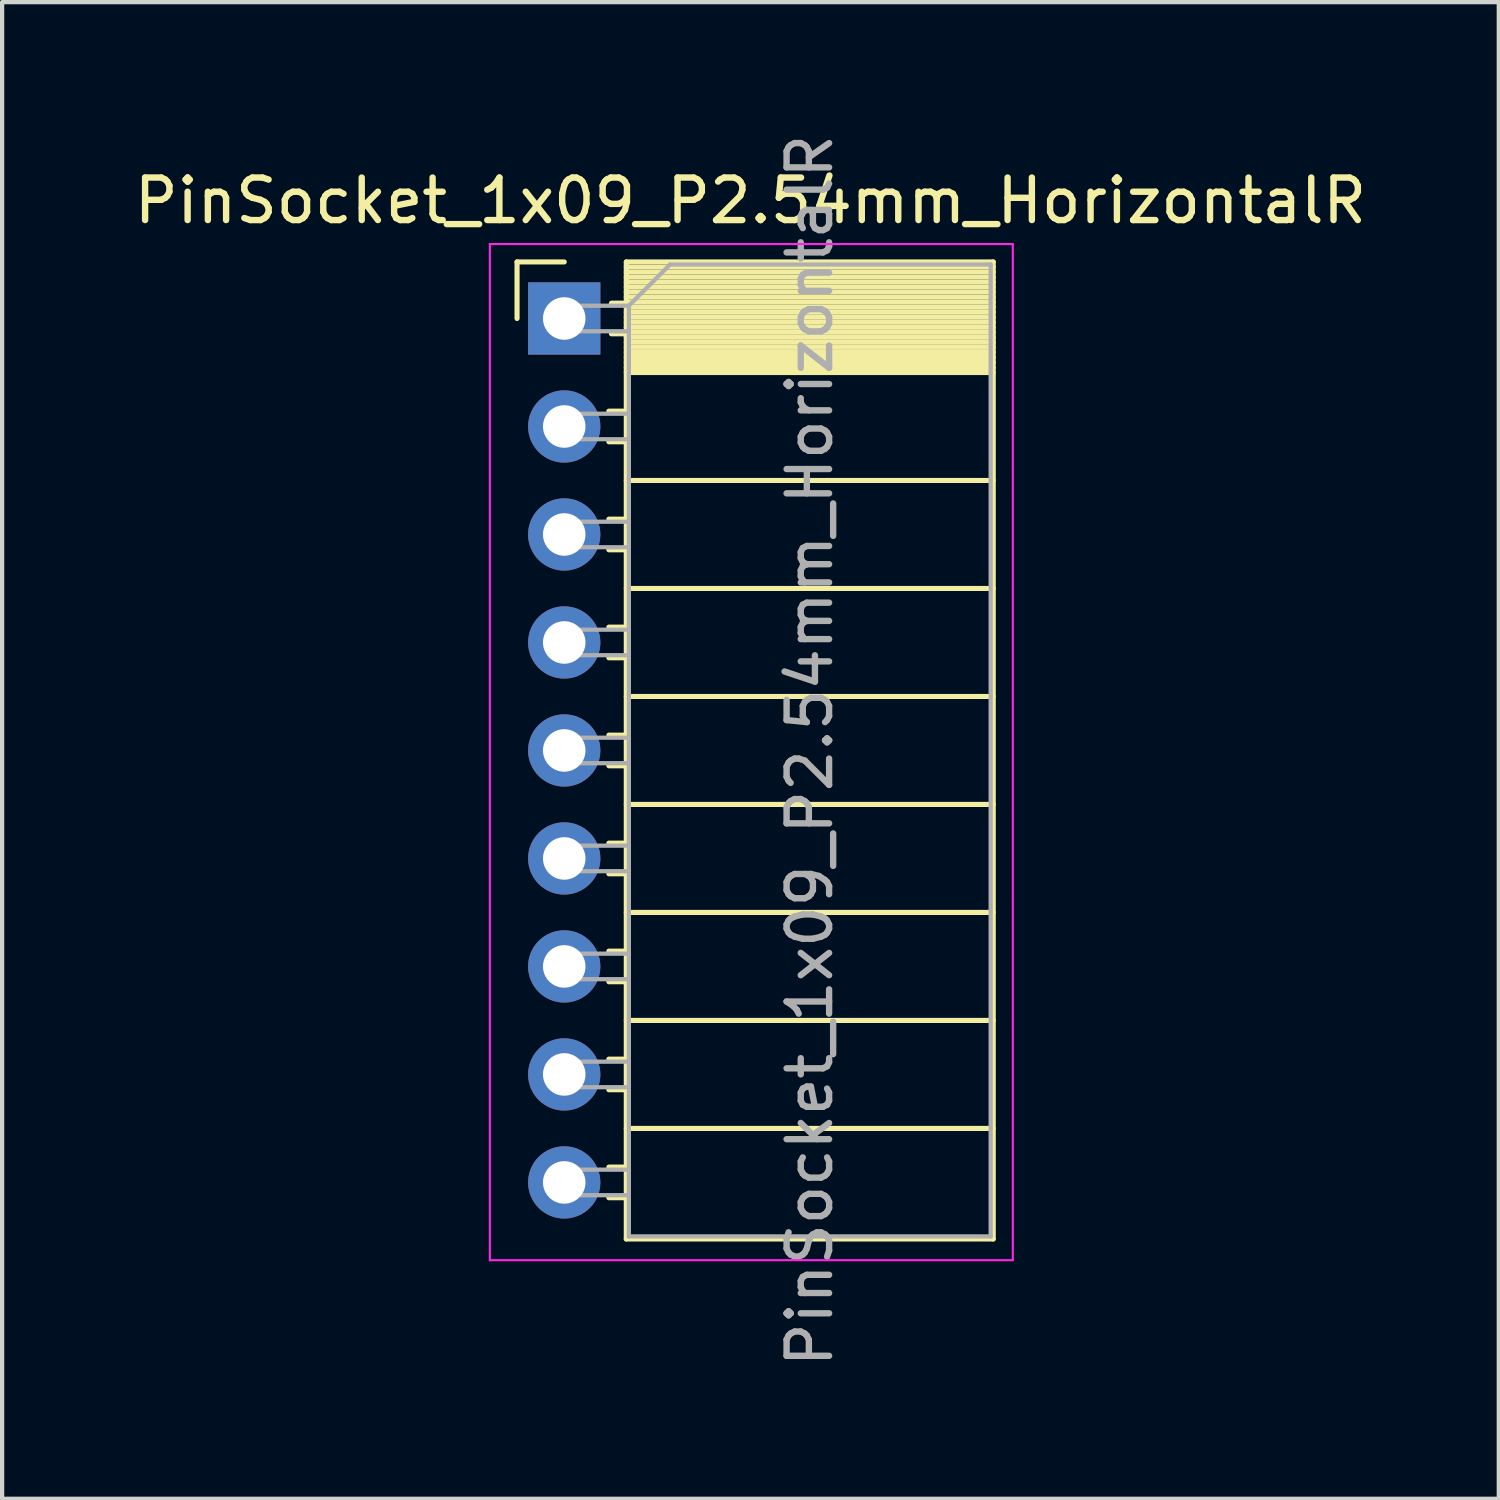
<source format=kicad_pcb>
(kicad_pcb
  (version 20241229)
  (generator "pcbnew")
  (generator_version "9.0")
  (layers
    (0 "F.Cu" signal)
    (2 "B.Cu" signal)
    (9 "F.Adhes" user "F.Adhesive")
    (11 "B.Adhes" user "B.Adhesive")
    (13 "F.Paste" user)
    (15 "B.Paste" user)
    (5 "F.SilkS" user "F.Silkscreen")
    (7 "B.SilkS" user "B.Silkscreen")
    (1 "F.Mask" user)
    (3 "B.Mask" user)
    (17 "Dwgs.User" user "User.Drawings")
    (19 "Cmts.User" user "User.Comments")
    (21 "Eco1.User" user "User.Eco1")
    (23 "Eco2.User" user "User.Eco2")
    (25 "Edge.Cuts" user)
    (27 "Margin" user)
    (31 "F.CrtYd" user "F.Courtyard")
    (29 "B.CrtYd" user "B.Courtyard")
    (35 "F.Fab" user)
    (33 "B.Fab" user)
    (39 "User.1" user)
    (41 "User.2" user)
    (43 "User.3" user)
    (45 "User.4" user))
  (footprint "PinSocket_1x09_P2.54mm_HorizontalR"
    (layer "F.Cu")
    (at 20.381 4.441)
    (property "Reference" "PinSocket_1x09_P2.54mm_HorizontalR" (at -5.78 -2.77 0) (layer "F.SilkS") (effects (font (size 1 1) (thickness 0.15))))
    (attr through_hole)
    (fp_line (start -11.27 -1.33) (end -11.27 0) (stroke (width 0.12) (type solid)) (layer "F.SilkS"))
    (fp_line (start -10.16 -1.33) (end -11.27 -1.33) (stroke (width 0.12) (type solid)) (layer "F.SilkS"))
    (fp_line (start -8.7 -1.33) (end -8.7 21.65) (stroke (width 0.12) (type solid)) (layer "F.SilkS"))
    (fp_line (start -8.7 -0.36) (end -9.05 -0.36) (stroke (width 0.12) (type solid)) (layer "F.SilkS"))
    (fp_line (start -8.7 0.36) (end -9.05 0.36) (stroke (width 0.12) (type solid)) (layer "F.SilkS"))
    (fp_line (start -8.7 2.18) (end -9.11 2.18) (stroke (width 0.12) (type solid)) (layer "F.SilkS"))
    (fp_line (start -8.7 2.9) (end -9.11 2.9) (stroke (width 0.12) (type solid)) (layer "F.SilkS"))
    (fp_line (start -8.7 4.72) (end -9.11 4.72) (stroke (width 0.12) (type solid)) (layer "F.SilkS"))
    (fp_line (start -8.7 5.44) (end -9.11 5.44) (stroke (width 0.12) (type solid)) (layer "F.SilkS"))
    (fp_line (start -8.7 7.26) (end -9.11 7.26) (stroke (width 0.12) (type solid)) (layer "F.SilkS"))
    (fp_line (start -8.7 7.98) (end -9.11 7.98) (stroke (width 0.12) (type solid)) (layer "F.SilkS"))
    (fp_line (start -8.7 9.8) (end -9.11 9.8) (stroke (width 0.12) (type solid)) (layer "F.SilkS"))
    (fp_line (start -8.7 10.52) (end -9.11 10.52) (stroke (width 0.12) (type solid)) (layer "F.SilkS"))
    (fp_line (start -8.7 12.34) (end -9.11 12.34) (stroke (width 0.12) (type solid)) (layer "F.SilkS"))
    (fp_line (start -8.7 13.06) (end -9.11 13.06) (stroke (width 0.12) (type solid)) (layer "F.SilkS"))
    (fp_line (start -8.7 14.88) (end -9.11 14.88) (stroke (width 0.12) (type solid)) (layer "F.SilkS"))
    (fp_line (start -8.7 15.6) (end -9.11 15.6) (stroke (width 0.12) (type solid)) (layer "F.SilkS"))
    (fp_line (start -8.7 17.42) (end -9.11 17.42) (stroke (width 0.12) (type solid)) (layer "F.SilkS"))
    (fp_line (start -8.7 18.14) (end -9.11 18.14) (stroke (width 0.12) (type solid)) (layer "F.SilkS"))
    (fp_line (start -8.7 19.96) (end -9.11 19.96) (stroke (width 0.12) (type solid)) (layer "F.SilkS"))
    (fp_line (start -8.7 20.68) (end -9.11 20.68) (stroke (width 0.12) (type solid)) (layer "F.SilkS"))
    (fp_line (start -0.07 -1.33) (end -8.7 -1.33) (stroke (width 0.12) (type solid)) (layer "F.SilkS"))
    (fp_line (start -0.07 -1.33) (end -0.07 21.65) (stroke (width 0.12) (type solid)) (layer "F.SilkS"))
    (fp_line (start -0.07 -1.21) (end -8.7 -1.21) (stroke (width 0.12) (type solid)) (layer "F.SilkS"))
    (fp_line (start -0.07 -1.092) (end -8.7 -1.092) (stroke (width 0.12) (type solid)) (layer "F.SilkS"))
    (fp_line (start -0.07 -0.974) (end -8.7 -0.974) (stroke (width 0.12) (type solid)) (layer "F.SilkS"))
    (fp_line (start -0.07 -0.856) (end -8.7 -0.856) (stroke (width 0.12) (type solid)) (layer "F.SilkS"))
    (fp_line (start -0.07 -0.738) (end -8.7 -0.738) (stroke (width 0.12) (type solid)) (layer "F.SilkS"))
    (fp_line (start -0.07 -0.62) (end -8.7 -0.62) (stroke (width 0.12) (type solid)) (layer "F.SilkS"))
    (fp_line (start -0.07 -0.501) (end -8.7 -0.501) (stroke (width 0.12) (type solid)) (layer "F.SilkS"))
    (fp_line (start -0.07 -0.383) (end -8.7 -0.383) (stroke (width 0.12) (type solid)) (layer "F.SilkS"))
    (fp_line (start -0.07 -0.265) (end -8.7 -0.265) (stroke (width 0.12) (type solid)) (layer "F.SilkS"))
    (fp_line (start -0.07 -0.147) (end -8.7 -0.147) (stroke (width 0.12) (type solid)) (layer "F.SilkS"))
    (fp_line (start -0.07 -0.029) (end -8.7 -0.029) (stroke (width 0.12) (type solid)) (layer "F.SilkS"))
    (fp_line (start -0.07 0.089) (end -8.7 0.089) (stroke (width 0.12) (type solid)) (layer "F.SilkS"))
    (fp_line (start -0.07 0.207) (end -8.7 0.207) (stroke (width 0.12) (type solid)) (layer "F.SilkS"))
    (fp_line (start -0.07 0.325) (end -8.7 0.325) (stroke (width 0.12) (type solid)) (layer "F.SilkS"))
    (fp_line (start -0.07 0.443) (end -8.7 0.443) (stroke (width 0.12) (type solid)) (layer "F.SilkS"))
    (fp_line (start -0.07 0.561) (end -8.7 0.561) (stroke (width 0.12) (type solid)) (layer "F.SilkS"))
    (fp_line (start -0.07 0.68) (end -8.7 0.68) (stroke (width 0.12) (type solid)) (layer "F.SilkS"))
    (fp_line (start -0.07 0.798) (end -8.7 0.798) (stroke (width 0.12) (type solid)) (layer "F.SilkS"))
    (fp_line (start -0.07 0.916) (end -8.7 0.916) (stroke (width 0.12) (type solid)) (layer "F.SilkS"))
    (fp_line (start -0.07 1.034) (end -8.7 1.034) (stroke (width 0.12) (type solid)) (layer "F.SilkS"))
    (fp_line (start -0.07 1.152) (end -8.7 1.152) (stroke (width 0.12) (type solid)) (layer "F.SilkS"))
    (fp_line (start -0.07 1.27) (end -8.7 1.27) (stroke (width 0.12) (type solid)) (layer "F.SilkS"))
    (fp_line (start -0.07 3.81) (end -8.7 3.81) (stroke (width 0.12) (type solid)) (layer "F.SilkS"))
    (fp_line (start -0.07 6.35) (end -8.7 6.35) (stroke (width 0.12) (type solid)) (layer "F.SilkS"))
    (fp_line (start -0.07 8.89) (end -8.7 8.89) (stroke (width 0.12) (type solid)) (layer "F.SilkS"))
    (fp_line (start -0.07 11.43) (end -8.7 11.43) (stroke (width 0.12) (type solid)) (layer "F.SilkS"))
    (fp_line (start -0.07 13.97) (end -8.7 13.97) (stroke (width 0.12) (type solid)) (layer "F.SilkS"))
    (fp_line (start -0.07 16.51) (end -8.7 16.51) (stroke (width 0.12) (type solid)) (layer "F.SilkS"))
    (fp_line (start -0.07 19.05) (end -8.7 19.05) (stroke (width 0.12) (type solid)) (layer "F.SilkS"))
    (fp_line (start -0.07 21.65) (end -8.7 21.65) (stroke (width 0.12) (type solid)) (layer "F.SilkS"))
    (fp_line (start -11.91 -1.75) (end 0.39 -1.75) (stroke (width 0.05) (type solid)) (layer "F.CrtYd"))
    (fp_line (start -11.91 22.15) (end -11.91 -1.75) (stroke (width 0.05) (type solid)) (layer "F.CrtYd"))
    (fp_line (start 0.39 -1.75) (end 0.39 22.15) (stroke (width 0.05) (type solid)) (layer "F.CrtYd"))
    (fp_line (start 0.39 22.15) (end -11.91 22.15) (stroke (width 0.05) (type solid)) (layer "F.CrtYd"))
    (fp_line (start -10.16 -0.3) (end -8.64 -0.3) (stroke (width 0.1) (type solid)) (layer "F.Fab"))
    (fp_line (start -10.16 0.3) (end -10.16 -0.3) (stroke (width 0.1) (type solid)) (layer "F.Fab"))
    (fp_line (start -10.16 2.24) (end -8.64 2.24) (stroke (width 0.1) (type solid)) (layer "F.Fab"))
    (fp_line (start -10.16 2.84) (end -10.16 2.24) (stroke (width 0.1) (type solid)) (layer "F.Fab"))
    (fp_line (start -10.16 4.78) (end -8.64 4.78) (stroke (width 0.1) (type solid)) (layer "F.Fab"))
    (fp_line (start -10.16 5.38) (end -10.16 4.78) (stroke (width 0.1) (type solid)) (layer "F.Fab"))
    (fp_line (start -10.16 7.32) (end -8.64 7.32) (stroke (width 0.1) (type solid)) (layer "F.Fab"))
    (fp_line (start -10.16 7.92) (end -10.16 7.32) (stroke (width 0.1) (type solid)) (layer "F.Fab"))
    (fp_line (start -10.16 9.86) (end -8.64 9.86) (stroke (width 0.1) (type solid)) (layer "F.Fab"))
    (fp_line (start -10.16 10.46) (end -10.16 9.86) (stroke (width 0.1) (type solid)) (layer "F.Fab"))
    (fp_line (start -10.16 12.4) (end -8.64 12.4) (stroke (width 0.1) (type solid)) (layer "F.Fab"))
    (fp_line (start -10.16 13) (end -10.16 12.4) (stroke (width 0.1) (type solid)) (layer "F.Fab"))
    (fp_line (start -10.16 14.94) (end -8.64 14.94) (stroke (width 0.1) (type solid)) (layer "F.Fab"))
    (fp_line (start -10.16 15.54) (end -10.16 14.94) (stroke (width 0.1) (type solid)) (layer "F.Fab"))
    (fp_line (start -10.16 17.48) (end -8.64 17.48) (stroke (width 0.1) (type solid)) (layer "F.Fab"))
    (fp_line (start -10.16 18.08) (end -10.16 17.48) (stroke (width 0.1) (type solid)) (layer "F.Fab"))
    (fp_line (start -10.16 20.02) (end -8.64 20.02) (stroke (width 0.1) (type solid)) (layer "F.Fab"))
    (fp_line (start -10.16 20.62) (end -10.16 20.02) (stroke (width 0.1) (type solid)) (layer "F.Fab"))
    (fp_line (start -8.64 -0.3) (end -8.64 21.59) (stroke (width 0.1) (type solid)) (layer "F.Fab"))
    (fp_line (start -8.64 0.3) (end -10.16 0.3) (stroke (width 0.1) (type solid)) (layer "F.Fab"))
    (fp_line (start -8.64 2.84) (end -10.16 2.84) (stroke (width 0.1) (type solid)) (layer "F.Fab"))
    (fp_line (start -8.64 5.38) (end -10.16 5.38) (stroke (width 0.1) (type solid)) (layer "F.Fab"))
    (fp_line (start -8.64 7.92) (end -10.16 7.92) (stroke (width 0.1) (type solid)) (layer "F.Fab"))
    (fp_line (start -8.64 10.46) (end -10.16 10.46) (stroke (width 0.1) (type solid)) (layer "F.Fab"))
    (fp_line (start -8.64 13) (end -10.16 13) (stroke (width 0.1) (type solid)) (layer "F.Fab"))
    (fp_line (start -8.64 15.54) (end -10.16 15.54) (stroke (width 0.1) (type solid)) (layer "F.Fab"))
    (fp_line (start -8.64 18.08) (end -10.16 18.08) (stroke (width 0.1) (type solid)) (layer "F.Fab"))
    (fp_line (start -8.64 20.62) (end -10.16 20.62) (stroke (width 0.1) (type solid)) (layer "F.Fab"))
    (fp_line (start -8.64 21.59) (end -0.13 21.59) (stroke (width 0.1) (type solid)) (layer "F.Fab"))
    (fp_line (start -7.67 -1.27) (end -8.64 -0.3) (stroke (width 0.1) (type solid)) (layer "F.Fab"))
    (fp_line (start -0.13 -1.27) (end -7.67 -1.27) (stroke (width 0.1) (type solid)) (layer "F.Fab"))
    (fp_line (start -0.13 21.59) (end -0.13 -1.27) (stroke (width 0.1) (type solid)) (layer "F.Fab"))
    (fp_text user "${REFERENCE}" (at -4.385 10.16 90) (layer "F.Fab") (effects (font (size 1 1) (thickness 0.15))))
    (pad "1" thru_hole rect (at -10.16 0) (size 1.7 1.7) (drill 1) (layers "*.Cu" "*.Mask"))
    (pad "2" thru_hole oval (at -10.16 2.54) (size 1.7 1.7) (drill 1) (layers "*.Cu" "*.Mask"))
    (pad "3" thru_hole oval (at -10.16 5.08) (size 1.7 1.7) (drill 1) (layers "*.Cu" "*.Mask"))
    (pad "4" thru_hole oval (at -10.16 7.62) (size 1.7 1.7) (drill 1) (layers "*.Cu" "*.Mask"))
    (pad "5" thru_hole oval (at -10.16 10.16) (size 1.7 1.7) (drill 1) (layers "*.Cu" "*.Mask"))
    (pad "6" thru_hole oval (at -10.16 12.7) (size 1.7 1.7) (drill 1) (layers "*.Cu" "*.Mask"))
    (pad "7" thru_hole oval (at -10.16 15.24) (size 1.7 1.7) (drill 1) (layers "*.Cu" "*.Mask"))
    (pad "8" thru_hole oval (at -10.16 17.78) (size 1.7 1.7) (drill 1) (layers "*.Cu" "*.Mask"))
    (pad "9" thru_hole oval (at -10.16 20.32) (size 1.7 1.7) (drill 1) (layers "*.Cu" "*.Mask")))
  (gr_rect
    (start -3 -3)
    (end 32.202 32.202)
    (stroke (width 0.1) (type default))
    (fill no)
    (layer "Edge.Cuts")))
</source>
